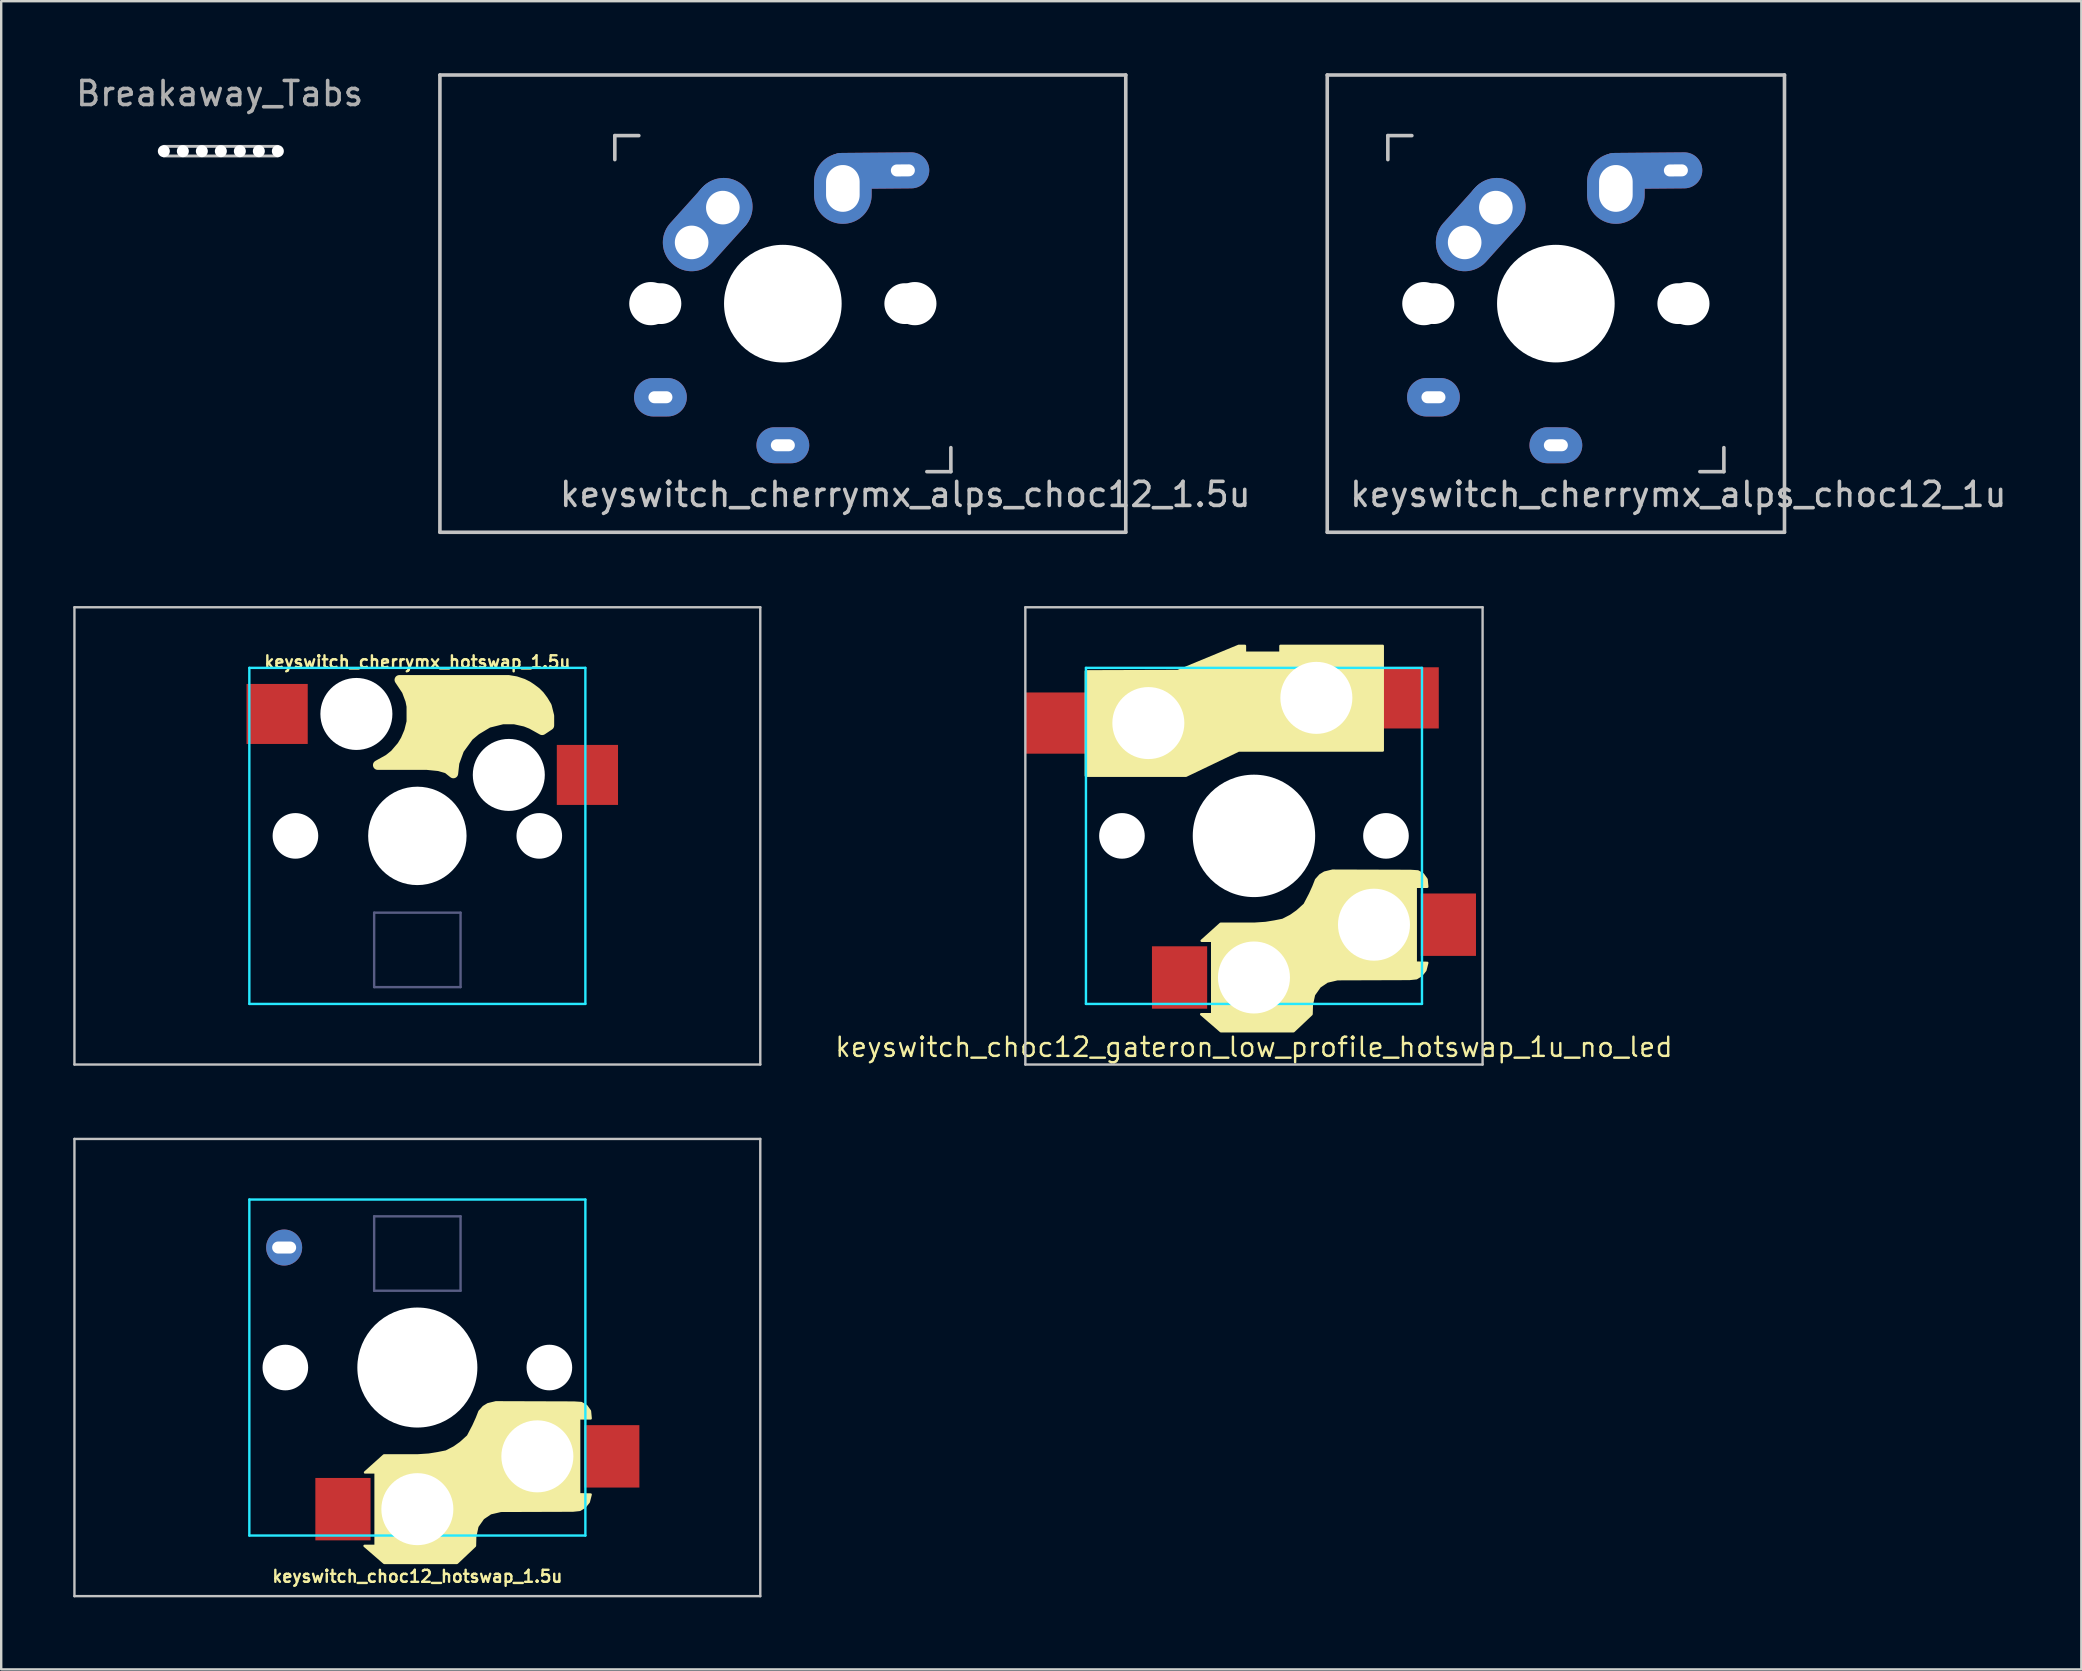
<source format=kicad_pcb>
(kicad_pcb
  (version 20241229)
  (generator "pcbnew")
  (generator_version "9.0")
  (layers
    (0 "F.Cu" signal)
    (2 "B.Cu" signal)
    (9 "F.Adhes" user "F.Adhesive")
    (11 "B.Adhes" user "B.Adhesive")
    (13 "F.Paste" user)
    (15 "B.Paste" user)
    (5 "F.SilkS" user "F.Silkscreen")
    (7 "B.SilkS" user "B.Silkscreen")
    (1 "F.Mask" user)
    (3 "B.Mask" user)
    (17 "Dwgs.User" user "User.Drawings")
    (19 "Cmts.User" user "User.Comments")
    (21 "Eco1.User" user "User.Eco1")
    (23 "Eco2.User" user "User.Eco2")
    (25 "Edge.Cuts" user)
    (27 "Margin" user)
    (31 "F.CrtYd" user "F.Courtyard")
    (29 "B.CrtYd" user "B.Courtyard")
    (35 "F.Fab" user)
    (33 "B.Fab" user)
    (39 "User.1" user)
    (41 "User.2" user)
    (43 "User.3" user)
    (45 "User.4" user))
  (footprint "keyswitch_choc12_hotswap_1.5u"
    (layer "F.Cu")
    (at 14.338 53.925)
    (property "Reference" "keyswitch_choc12_hotswap_1.5u" (at 0 8.7 0) (layer "F.SilkS") (effects (font (size 0.5 0.5) (thickness 0.1) (bold yes))))
    (attr smd)
    (fp_poly (pts (xy 1.8 3.14) (xy 2.11 2.86) (xy 2.34 2.42) (xy 2.48 2.11) (xy 2.59 1.83) (xy 2.76 1.64) (xy 2.94 1.53) (xy 3.27 1.45) (xy 6.52 1.46) (xy 6.83 1.48) (xy 7.04 1.6) (xy 7.19 1.81) (xy 7.22 2.12) (xy 6.74 2.12) (xy 6.74 5.28) (xy 7.22 5.29) (xy 7.14 5.6) (xy 6.98 5.8) (xy 6.77 5.93) (xy 6.48 5.96) (xy 3.48 5.97) (xy 3.05 6.07) (xy 2.74 6.28) (xy 2.5 6.62) (xy 2.41 7.04) (xy 2.4 7.43) (xy 1.65 8.14) (xy -1.38 8.14) (xy -2.2 7.43) (xy -1.74 7.43) (xy -1.74 4.37) (xy -2.18 4.37) (xy -1.39 3.66) (xy 0.02 3.66) (xy 0.48 3.63) (xy 0.85 3.57) (xy 1.2 3.5) (xy 1.53 3.33)) (stroke (width 0.1) (type solid)) (fill yes) (layer "F.SilkS"))
    (fp_line (start -14.287 -9.525) (end -14.287 9.525) (stroke (width 0.1) (type solid)) (layer "Dwgs.User"))
    (fp_line (start -14.287 9.525) (end 14.287 9.525) (stroke (width 0.1) (type solid)) (layer "Dwgs.User"))
    (fp_line (start 14.287 -9.525) (end -14.287 -9.525) (stroke (width 0.1) (type solid)) (layer "Dwgs.User"))
    (fp_line (start 14.287 9.525) (end 14.287 -9.525) (stroke (width 0.1) (type solid)) (layer "Dwgs.User"))
    (fp_line (start -7 -7) (end -7 7) (stroke (width 0.1) (type solid)) (layer "B.CrtYd"))
    (fp_line (start -7 7) (end 7 7) (stroke (width 0.1) (type solid)) (layer "B.CrtYd"))
    (fp_line (start 7 -7) (end -7 -7) (stroke (width 0.1) (type solid)) (layer "B.CrtYd"))
    (fp_line (start 7 7) (end 7 -7) (stroke (width 0.1) (type solid)) (layer "B.CrtYd"))
    (fp_line (start -1.8 -6.3) (end 1.8 -6.3) (stroke (width 0.1) (type default)) (layer "B.Fab"))
    (fp_line (start -1.8 -3.2) (end -1.8 -6.3) (stroke (width 0.1) (type default)) (layer "B.Fab"))
    (fp_line (start -1.8 -3.2) (end 1.8 -3.2) (stroke (width 0.1) (type default)) (layer "B.Fab"))
    (fp_line (start 1.8 -3.2) (end 1.8 -6.3) (stroke (width 0.1) (type default)) (layer "B.Fab"))
    (pad "" thru_hole circle (at -5.55 -5) (size 1.5 1.5) (drill oval 1 0.5) (layers "*.Cu" "F.Mask"))
    (pad "" np_thru_hole circle (at -5.5 0 270) (size 1.9 1.9) (drill 1.9) (layers "*.Cu" "*.Mask"))
    (pad "" np_thru_hole circle (at 0 0 270) (size 5 5) (drill 5) (layers "*.Cu" "*.Mask"))
    (pad "" np_thru_hole circle (at 0 5.9 270) (size 3 3) (drill 3) (layers "*.Cu" "*.Mask"))
    (pad "" np_thru_hole circle (at 5 3.7 270) (size 3 3) (drill 3) (layers "*.Cu" "*.Mask"))
    (pad "" np_thru_hole circle (at 5.5 0 270) (size 1.9 1.9) (drill 1.9) (layers "*.Cu" "*.Mask"))
    (pad "1" smd rect (at 8.1 3.7 180) (size 2.3 2.6) (layers "F.Cu" "F.Mask" "F.Paste"))
    (pad "2" smd rect (at -3.1 5.9 180) (size 2.3 2.6) (layers "F.Cu" "F.Mask" "F.Paste")))
  (footprint "keyswitch_choc12_gateron_low_profile_hotswap_1u_no_led"
    (layer "F.Cu")
    (at 49.193 31.775)
    (property "Reference" "keyswitch_choc12_gateron_low_profile_hotswap_1u_no_led" (at 0 8.8 0) (layer "F.SilkS") (effects (font (size 0.8 0.8) (thickness 0.1) (bold yes))))
    (attr smd)
    (fp_poly (pts (xy 5.366 -3.557) (xy -0.637 -3.557) (xy -2.83 -2.507) (xy -7.004 -2.507) (xy -7.004 -6.855) (xy -3.178 -6.867) (xy -0.637 -7.917) (xy -0.376 -7.917) (xy -0.376 -7.632) (xy 1.103 -7.632) (xy 1.103 -7.917) (xy 5.366 -7.917)) (stroke (width 0.1) (type solid)) (fill yes) (layer "F.SilkS"))
    (fp_poly (pts (xy 1.8 3.14) (xy 2.11 2.86) (xy 2.34 2.42) (xy 2.48 2.11) (xy 2.59 1.83) (xy 2.76 1.64) (xy 2.94 1.53) (xy 3.27 1.45) (xy 6.52 1.46) (xy 6.83 1.48) (xy 7.04 1.6) (xy 7.19 1.81) (xy 7.22 2.12) (xy 6.74 2.12) (xy 6.74 5.28) (xy 7.22 5.29) (xy 7.14 5.6) (xy 6.98 5.8) (xy 6.77 5.93) (xy 6.48 5.96) (xy 3.48 5.97) (xy 3.05 6.07) (xy 2.74 6.28) (xy 2.5 6.62) (xy 2.41 7.04) (xy 2.4 7.43) (xy 1.65 8.14) (xy -1.38 8.14) (xy -2.2 7.43) (xy -1.74 7.43) (xy -1.74 4.37) (xy -2.18 4.37) (xy -1.39 3.66) (xy 0.02 3.66) (xy 0.48 3.63) (xy 0.85 3.57) (xy 1.2 3.5) (xy 1.53 3.33)) (stroke (width 0.1) (type solid)) (fill yes) (layer "F.SilkS"))
    (fp_line (start -9.525 -9.525) (end -9.525 9.525) (stroke (width 0.1) (type solid)) (layer "Dwgs.User"))
    (fp_line (start -9.525 9.525) (end 9.525 9.525) (stroke (width 0.1) (type solid)) (layer "Dwgs.User"))
    (fp_line (start 9.525 -9.525) (end -9.525 -9.525) (stroke (width 0.1) (type solid)) (layer "Dwgs.User"))
    (fp_line (start 9.525 9.525) (end 9.525 -9.525) (stroke (width 0.1) (type solid)) (layer "Dwgs.User"))
    (fp_line (start -7 -7) (end -7 7) (stroke (width 0.1) (type solid)) (layer "B.CrtYd"))
    (fp_line (start -7 7) (end 7 7) (stroke (width 0.1) (type solid)) (layer "B.CrtYd"))
    (fp_line (start 7 -7) (end -7 -7) (stroke (width 0.1) (type solid)) (layer "B.CrtYd"))
    (fp_line (start 7 7) (end 7 -7) (stroke (width 0.1) (type solid)) (layer "B.CrtYd"))
    (pad "" np_thru_hole circle (at -5.5 0 270) (size 1.9 1.9) (drill 1.9) (layers "*.Cu" "*.Mask"))
    (pad "" np_thru_hole circle (at -4.4 -4.7 270) (size 3 3) (drill 3) (layers "*.Cu" "*.Mask"))
    (pad "" np_thru_hole circle (at 0 0 270) (size 5.1 5.1) (drill 5.1) (layers "*.Cu" "*.Mask"))
    (pad "" np_thru_hole circle (at 0 5.9 270) (size 3 3) (drill 3) (layers "*.Cu" "*.Mask"))
    (pad "" np_thru_hole circle (at 2.6 -5.75 270) (size 3 3) (drill 3) (layers "*.Cu" "*.Mask"))
    (pad "" np_thru_hole circle (at 5 3.7 270) (size 3 3) (drill 3) (layers "*.Cu" "*.Mask"))
    (pad "" np_thru_hole circle (at 5.5 0 270) (size 1.9 1.9) (drill 1.9) (layers "*.Cu" "*.Mask"))
    (pad "1" smd rect (at 6.45 -5.75) (size 2.5 2.55) (layers "F.Cu" "F.Mask" "F.Paste"))
    (pad "1" smd rect (at 8.1 3.7 180) (size 2.3 2.6) (layers "F.Cu" "F.Mask" "F.Paste"))
    (pad "2" smd rect (at -8.25 -4.7) (size 2.5 2.55) (layers "F.Cu" "F.Mask" "F.Paste"))
    (pad "2" smd rect (at -3.1 5.9 180) (size 2.3 2.6) (layers "F.Cu" "F.Mask" "F.Paste")))
  (footprint "Breakaway_Tabs"
    (layer "F.Cu")
    (at 6.151 3.248)
    (property "Reference" "Breakaway_Tabs" (at -0.05 -2.4 0) (layer "F.Fab") (effects (font (size 1 1) (thickness 0.15))))
    (attr through_hole)
    (fp_line (start -2.375 -0.2) (end 2.375 -0.2) (stroke (width 0.12) (type solid)) (layer "Dwgs.User"))
    (fp_line (start -2.375 0.2) (end 2.375 0.2) (stroke (width 0.12) (type solid)) (layer "Dwgs.User"))
    (pad "" np_thru_hole circle (at -2.375 0) (size 0.5 0.5) (drill 0.5) (layers "*.Cu" "*.Mask"))
    (pad "" np_thru_hole circle (at -1.583 0) (size 0.5 0.5) (drill 0.5) (layers "*.Cu" "*.Mask"))
    (pad "" np_thru_hole circle (at -0.792 0) (size 0.5 0.5) (drill 0.5) (layers "*.Cu" "*.Mask"))
    (pad "" np_thru_hole circle (at 0 0) (size 0.5 0.5) (drill 0.5) (layers "*.Cu" "*.Mask"))
    (pad "" np_thru_hole circle (at 0.792 0) (size 0.5 0.5) (drill 0.5) (layers "*.Cu" "*.Mask"))
    (pad "" np_thru_hole circle (at 1.583 0) (size 0.5 0.5) (drill 0.5) (layers "*.Cu" "*.Mask"))
    (pad "" np_thru_hole circle (at 2.375 0) (size 0.5 0.5) (drill 0.5) (layers "*.Cu" "*.Mask")))
  (footprint "keyswitch_cherrymx_alps_choc12_1.5u"
    (layer "F.Cu")
    (at 29.565 9.6)
    (property "Reference" "keyswitch_cherrymx_alps_choc12_1.5u" (at 5.1 7.95 180) (layer "Dwgs.User") (effects (font (size 1 1) (thickness 0.15))))
    (attr through_hole)
    (fp_line (start -14.287 -9.525) (end 14.287 -9.525) (stroke (width 0.15) (type solid)) (layer "Dwgs.User"))
    (fp_line (start -14.287 9.525) (end -14.287 -9.525) (stroke (width 0.15) (type solid)) (layer "Dwgs.User"))
    (fp_line (start -7 -7) (end -6 -7) (stroke (width 0.15) (type solid)) (layer "Dwgs.User"))
    (fp_line (start -7 -6) (end -7 -7) (stroke (width 0.15) (type solid)) (layer "Dwgs.User"))
    (fp_line (start 6 7) (end 7 7) (stroke (width 0.15) (type solid)) (layer "Dwgs.User"))
    (fp_line (start 7 7) (end 7 6) (stroke (width 0.15) (type solid)) (layer "Dwgs.User"))
    (fp_line (start 14.287 -9.525) (end 14.287 9.525) (stroke (width 0.15) (type solid)) (layer "Dwgs.User"))
    (fp_line (start 14.287 9.525) (end -14.287 9.525) (stroke (width 0.15) (type solid)) (layer "Dwgs.User"))
    (pad "" np_thru_hole circle (at -5.5 0 90) (size 1.8 1.8) (drill 1.8) (layers "*.Cu"))
    (pad "" np_thru_hole circle (at -5.08 0) (size 1.7 1.7) (drill 1.7) (layers "*.Cu"))
    (pad "" np_thru_hole circle (at 0 0 90) (size 4.9 4.9) (drill 4.9) (layers "*.Cu"))
    (pad "" np_thru_hole circle (at 5.08 0) (size 1.7 1.7) (drill 1.7) (layers "*.Cu"))
    (pad "" np_thru_hole circle (at 5.5 0 90) (size 1.8 1.8) (drill 1.8) (layers "*.Cu"))
    (pad "1" thru_hole oval (at -5.1 3.9) (size 2.2 1.6) (drill oval 1 0.5) (layers "*.Cu" "B.Mask"))
    (pad "1" thru_hole oval (at -3.8 -2.55 318) (size 2.4 4.4) (drill 1.4 (offset 0 -1)) (layers "*.Cu" "B.Mask"))
    (pad "1" thru_hole circle (at -2.5 -4) (size 2.4 2.4) (drill 1.4) (layers "*.Cu" "B.Mask"))
    (pad "2" thru_hole oval (at 0 5.9) (size 2.2 1.5) (drill oval 1 0.5) (layers "*.Cu" "B.Mask"))
    (pad "2" thru_hole oval (at 2.5 -4.8) (size 2.4 2.95) (drill oval 1.4 1.95) (layers "*.Cu" "B.Mask"))
    (pad "2" thru_hole oval (at 5 -5.55 0.5) (size 4.4 1.5) (drill oval 1 0.5 (offset -1.1 0)) (layers "*.Cu" "B.Mask")))
  (footprint "keyswitch_cherrymx_alps_choc12_1u"
    (layer "F.Cu")
    (at 61.771 9.6)
    (property "Reference" "keyswitch_cherrymx_alps_choc12_1u" (at 5.1 7.95 180) (layer "Dwgs.User") (effects (font (size 1 1) (thickness 0.15))))
    (attr through_hole)
    (fp_line (start -9.525 -9.525) (end 9.525 -9.525) (stroke (width 0.15) (type solid)) (layer "Dwgs.User"))
    (fp_line (start -9.525 9.525) (end -9.525 -9.525) (stroke (width 0.15) (type solid)) (layer "Dwgs.User"))
    (fp_line (start -7 -7) (end -6 -7) (stroke (width 0.15) (type solid)) (layer "Dwgs.User"))
    (fp_line (start -7 -6) (end -7 -7) (stroke (width 0.15) (type solid)) (layer "Dwgs.User"))
    (fp_line (start 6 7) (end 7 7) (stroke (width 0.15) (type solid)) (layer "Dwgs.User"))
    (fp_line (start 7 7) (end 7 6) (stroke (width 0.15) (type solid)) (layer "Dwgs.User"))
    (fp_line (start 9.525 -9.525) (end 9.525 9.525) (stroke (width 0.15) (type solid)) (layer "Dwgs.User"))
    (fp_line (start 9.525 9.525) (end -9.525 9.525) (stroke (width 0.15) (type solid)) (layer "Dwgs.User"))
    (pad "" np_thru_hole circle (at -5.5 0 90) (size 1.8 1.8) (drill 1.8) (layers "*.Cu"))
    (pad "" np_thru_hole circle (at -5.08 0) (size 1.7 1.7) (drill 1.7) (layers "*.Cu"))
    (pad "" np_thru_hole circle (at 0 0 90) (size 4.9 4.9) (drill 4.9) (layers "*.Cu"))
    (pad "" np_thru_hole circle (at 5.08 0) (size 1.7 1.7) (drill 1.7) (layers "*.Cu"))
    (pad "" np_thru_hole circle (at 5.5 0 90) (size 1.8 1.8) (drill 1.8) (layers "*.Cu"))
    (pad "1" thru_hole oval (at -5.1 3.9) (size 2.2 1.6) (drill oval 1 0.5) (layers "*.Cu" "B.Mask"))
    (pad "1" thru_hole oval (at -3.8 -2.55 318) (size 2.4 4.4) (drill 1.4 (offset 0 -1)) (layers "*.Cu" "B.Mask"))
    (pad "1" thru_hole circle (at -2.5 -4) (size 2.4 2.4) (drill 1.4) (layers "*.Cu" "B.Mask"))
    (pad "2" thru_hole oval (at 0 5.9) (size 2.2 1.5) (drill oval 1 0.5) (layers "*.Cu" "B.Mask"))
    (pad "2" thru_hole oval (at 2.5 -4.8) (size 2.4 2.95) (drill oval 1.4 1.95) (layers "*.Cu" "B.Mask"))
    (pad "2" thru_hole oval (at 5 -5.55 0.5) (size 4.4 1.5) (drill oval 1 0.5 (offset -1.1 0)) (layers "*.Cu" "B.Mask")))
  (footprint "keyswitch_cherrymx_hotswap_1.5u"
    (layer "F.Cu")
    (at 14.338 31.775)
    (property "Reference" "keyswitch_cherrymx_hotswap_1.5u" (at 0 -7.25 0) (layer "F.SilkS") (effects (font (size 0.5 0.5) (thickness 0.1) (bold yes))))
    (attr smd)
    (fp_poly (pts (xy 3.6 -6.5) (xy 3.8 -6.5) (xy 4.1 -6.45) (xy 4.4 -6.35) (xy 4.6 -6.25) (xy 4.75 -6.15) (xy 4.95 -6) (xy 5.1 -5.85) (xy 5.25 -5.65) (xy 5.4 -5.4) (xy 5.5 -5) (xy 5.5 -4.6) (xy 5.35 -4.5) (xy 5.2 -4.4) (xy 4.75 -4.65) (xy 4.5 -4.75) (xy 4.05 -4.85) (xy 3.55 -4.85) (xy 2.95 -4.7) (xy 2.45 -4.4) (xy 2.15 -4.15) (xy 1.75 -3.6) (xy 1.55 -3.05) (xy 1.5 -2.6) (xy 1.25 -2.8) (xy 0.9 -2.9) (xy 0.4 -2.95) (xy -1.65 -2.95) (xy -1.2 -3.2) (xy -0.95 -3.4) (xy -0.65 -3.75) (xy -0.5 -4) (xy -0.35 -4.35) (xy -0.25 -4.75) (xy -0.25 -5.05) (xy -0.25 -5.4) (xy -0.3 -5.65) (xy -0.45 -6.05) (xy -0.75 -6.5)) (stroke (width 0.4) (type solid)) (fill yes) (layer "F.SilkS"))
    (fp_line (start -14.287 -9.525) (end -14.287 9.525) (stroke (width 0.1) (type solid)) (layer "Dwgs.User"))
    (fp_line (start -14.287 9.525) (end 14.287 9.525) (stroke (width 0.1) (type solid)) (layer "Dwgs.User"))
    (fp_line (start 14.287 -9.525) (end -14.287 -9.525) (stroke (width 0.1) (type solid)) (layer "Dwgs.User"))
    (fp_line (start 14.287 9.525) (end 14.287 -9.525) (stroke (width 0.1) (type solid)) (layer "Dwgs.User"))
    (fp_line (start -7 7) (end -7 -7) (stroke (width 0.1) (type default)) (layer "B.CrtYd"))
    (fp_line (start 7 -7) (end -7 -7) (stroke (width 0.1) (type default)) (layer "B.CrtYd"))
    (fp_line (start 7 -7) (end 7 7) (stroke (width 0.1) (type default)) (layer "B.CrtYd"))
    (fp_line (start 7 7) (end -7 7) (stroke (width 0.1) (type default)) (layer "B.CrtYd"))
    (fp_line (start -1.8 3.2) (end -1.8 6.3) (stroke (width 0.1) (type default)) (layer "B.Fab"))
    (fp_line (start 1.8 3.2) (end -1.8 3.2) (stroke (width 0.1) (type default)) (layer "B.Fab"))
    (fp_line (start 1.8 3.2) (end 1.8 6.3) (stroke (width 0.1) (type default)) (layer "B.Fab"))
    (fp_line (start 1.8 6.3) (end -1.8 6.3) (stroke (width 0.1) (type default)) (layer "B.Fab"))
    (pad "" np_thru_hole circle (at -5.08 0) (size 1.9 1.9) (drill 1.9) (layers "*.Cu" "*.Mask"))
    (pad "" np_thru_hole circle (at -2.54 -5.08) (size 3 3) (drill 3) (layers "*.Cu" "*.Mask"))
    (pad "" np_thru_hole circle (at 0 0 270) (size 4.1 4.1) (drill 4.1) (layers "*.Cu" "*.Mask"))
    (pad "" np_thru_hole circle (at 3.81 -2.54) (size 3 3) (drill 3) (layers "*.Cu" "*.Mask"))
    (pad "" np_thru_hole circle (at 5.08 0) (size 1.9 1.9) (drill 1.9) (layers "*.Cu" "*.Mask"))
    (pad "1" smd rect (at 7.085 -2.54 180) (size 2.55 2.5) (layers "F.Cu" "F.Mask" "F.Paste"))
    (pad "2" smd rect (at -5.842 -5.08 180) (size 2.55 2.5) (layers "F.Cu" "F.Mask" "F.Paste")))
  (gr_rect
    (start -3 -3)
    (end 83.663 66.5)
    (stroke (width 0.1) (type default))
    (fill no)
    (layer "Edge.Cuts")))
</source>
